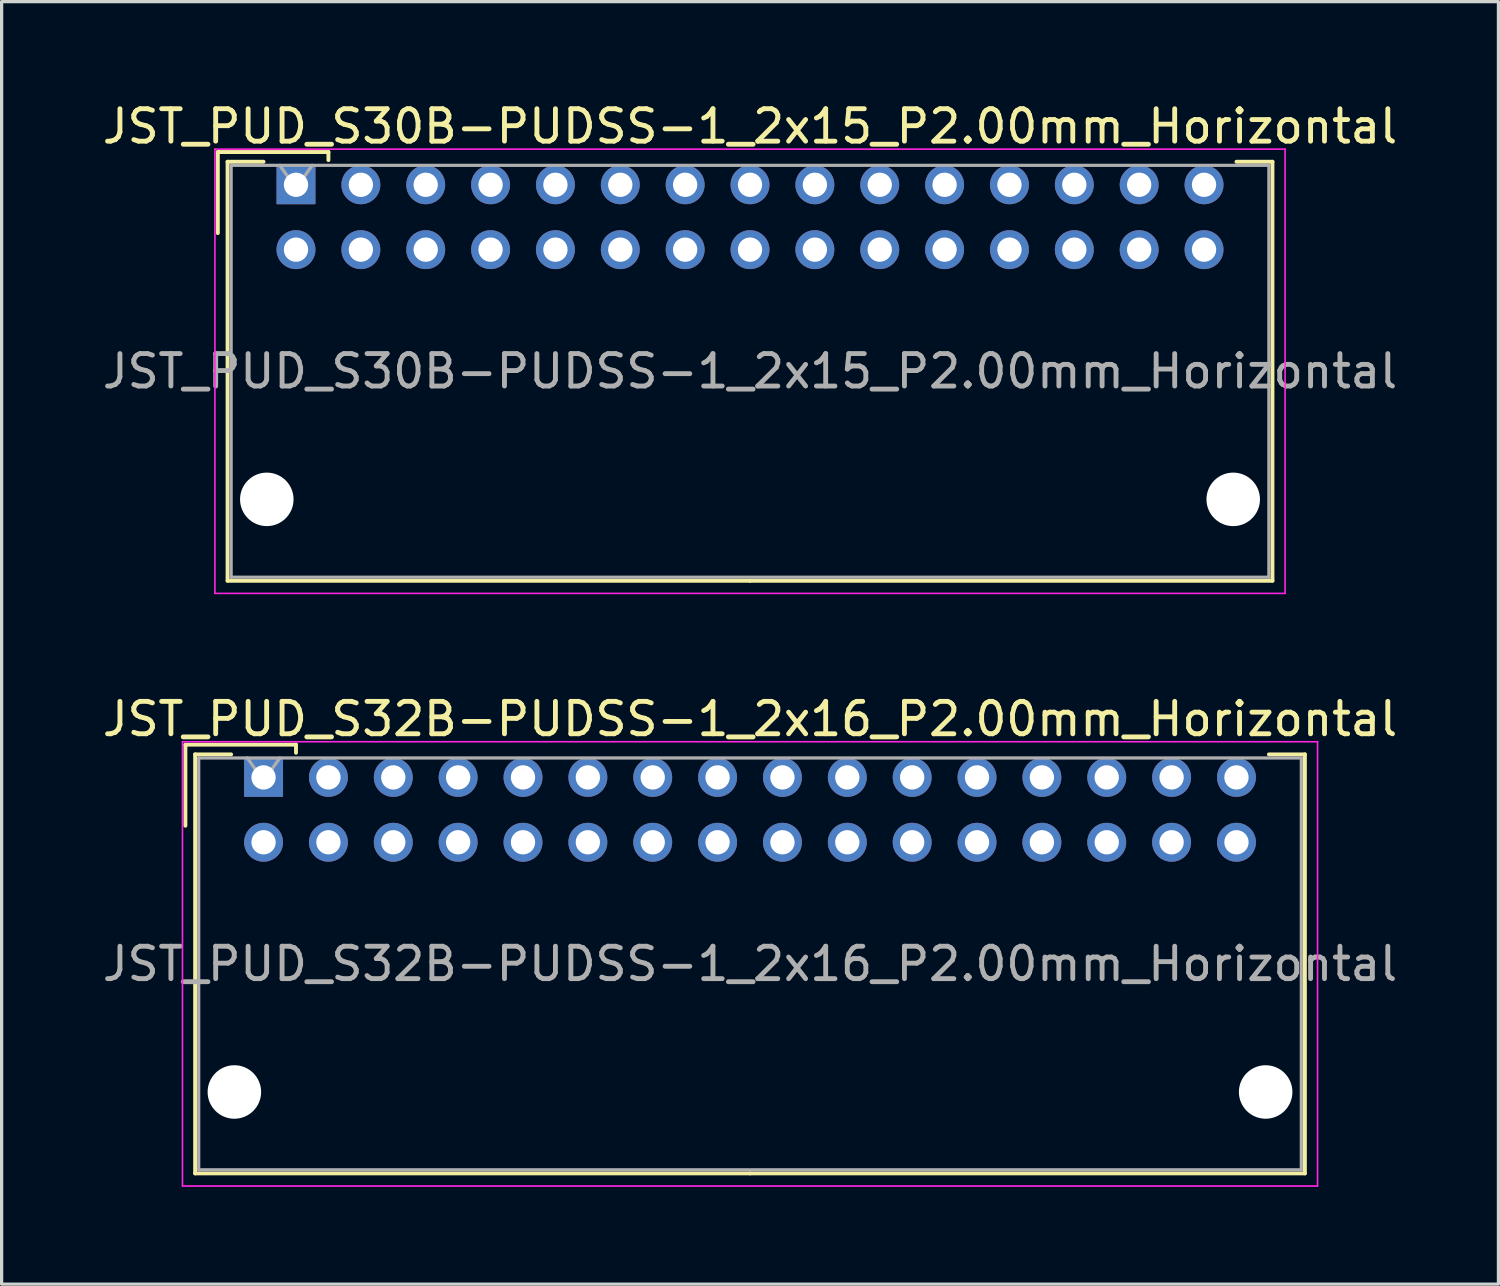
<source format=kicad_pcb>
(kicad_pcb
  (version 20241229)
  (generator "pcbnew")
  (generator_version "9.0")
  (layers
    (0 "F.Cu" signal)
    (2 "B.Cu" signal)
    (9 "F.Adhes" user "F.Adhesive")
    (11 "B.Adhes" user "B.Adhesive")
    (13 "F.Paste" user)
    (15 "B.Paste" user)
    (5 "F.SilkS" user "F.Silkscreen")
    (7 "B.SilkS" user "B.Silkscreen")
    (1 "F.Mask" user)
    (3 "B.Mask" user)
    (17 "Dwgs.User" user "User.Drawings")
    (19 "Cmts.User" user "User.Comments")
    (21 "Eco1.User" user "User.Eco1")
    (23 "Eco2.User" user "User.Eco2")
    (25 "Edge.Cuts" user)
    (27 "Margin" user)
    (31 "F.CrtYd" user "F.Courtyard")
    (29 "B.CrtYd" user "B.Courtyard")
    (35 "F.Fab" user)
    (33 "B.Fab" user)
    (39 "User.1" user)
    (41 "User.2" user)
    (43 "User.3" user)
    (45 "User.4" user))
  (footprint "JST_PUD_S32B-PUDSS-1_2x16_P2.00mm_Horizontal"
    (layer "F.Cu")
    (at 5.077 20.922)
    (property "Reference" "JST_PUD_S32B-PUDSS-1_2x16_P2.00mm_Horizontal" (at 15 -1.8 0) (layer "F.SilkS") (effects (font (size 1 1) (thickness 0.15))))
    (attr through_hole)
    (fp_line (start -2.41 -1.01) (end -2.41 1.49) (stroke (width 0.12) (type solid)) (layer "F.SilkS"))
    (fp_line (start -2.11 -0.71) (end -2.11 12.21) (stroke (width 0.12) (type solid)) (layer "F.SilkS"))
    (fp_line (start -2.11 12.21) (end 15 12.21) (stroke (width 0.12) (type solid)) (layer "F.SilkS"))
    (fp_line (start -1 -0.71) (end -2.11 -0.71) (stroke (width 0.12) (type solid)) (layer "F.SilkS"))
    (fp_line (start 1 -1.01) (end -2.41 -1.01) (stroke (width 0.12) (type solid)) (layer "F.SilkS"))
    (fp_line (start 1 -0.76) (end 1 -1.01) (stroke (width 0.12) (type solid)) (layer "F.SilkS"))
    (fp_line (start 31 -0.71) (end 32.11 -0.71) (stroke (width 0.12) (type solid)) (layer "F.SilkS"))
    (fp_line (start 32.11 -0.71) (end 32.11 12.21) (stroke (width 0.12) (type solid)) (layer "F.SilkS"))
    (fp_line (start 32.11 12.21) (end 15 12.21) (stroke (width 0.12) (type solid)) (layer "F.SilkS"))
    (fp_line (start -2.5 -1.1) (end -2.5 12.6) (stroke (width 0.05) (type solid)) (layer "F.CrtYd"))
    (fp_line (start -2.5 12.6) (end 32.5 12.6) (stroke (width 0.05) (type solid)) (layer "F.CrtYd"))
    (fp_line (start 32.5 -1.1) (end -2.5 -1.1) (stroke (width 0.05) (type solid)) (layer "F.CrtYd"))
    (fp_line (start 32.5 12.6) (end 32.5 -1.1) (stroke (width 0.05) (type solid)) (layer "F.CrtYd"))
    (fp_line (start -2 -0.6) (end -2 12.1) (stroke (width 0.1) (type solid)) (layer "F.Fab"))
    (fp_line (start -2 12.1) (end 32 12.1) (stroke (width 0.1) (type solid)) (layer "F.Fab"))
    (fp_line (start 0 0.107) (end -0.5 -0.6) (stroke (width 0.1) (type solid)) (layer "F.Fab"))
    (fp_line (start 0.5 -0.6) (end 0 0.107) (stroke (width 0.1) (type solid)) (layer "F.Fab"))
    (fp_line (start 32 -0.6) (end -2 -0.6) (stroke (width 0.1) (type solid)) (layer "F.Fab"))
    (fp_line (start 32 12.1) (end 32 -0.6) (stroke (width 0.1) (type solid)) (layer "F.Fab"))
    (fp_text user "${REFERENCE}" (at 15 5.75 0) (layer "F.Fab") (effects (font (size 1 1) (thickness 0.15))))
    (pad "" np_thru_hole circle (at -0.9 9.7) (size 1.65 1.65) (drill 1.65) (layers "*.Cu" "*.Mask"))
    (pad "" np_thru_hole circle (at 30.9 9.7) (size 1.65 1.65) (drill 1.65) (layers "*.Cu" "*.Mask"))
    (pad "1" thru_hole rect (at 0 0) (size 1.2 1.2) (drill 0.75) (layers "*.Cu" "*.Mask"))
    (pad "2" thru_hole oval (at 0 2) (size 1.2 1.2) (drill 0.75) (layers "*.Cu" "*.Mask"))
    (pad "3" thru_hole oval (at 2 0) (size 1.2 1.2) (drill 0.75) (layers "*.Cu" "*.Mask"))
    (pad "4" thru_hole oval (at 2 2) (size 1.2 1.2) (drill 0.75) (layers "*.Cu" "*.Mask"))
    (pad "5" thru_hole oval (at 4 0) (size 1.2 1.2) (drill 0.75) (layers "*.Cu" "*.Mask"))
    (pad "6" thru_hole oval (at 4 2) (size 1.2 1.2) (drill 0.75) (layers "*.Cu" "*.Mask"))
    (pad "7" thru_hole oval (at 6 0) (size 1.2 1.2) (drill 0.75) (layers "*.Cu" "*.Mask"))
    (pad "8" thru_hole oval (at 6 2) (size 1.2 1.2) (drill 0.75) (layers "*.Cu" "*.Mask"))
    (pad "9" thru_hole oval (at 8 0) (size 1.2 1.2) (drill 0.75) (layers "*.Cu" "*.Mask"))
    (pad "10" thru_hole oval (at 8 2) (size 1.2 1.2) (drill 0.75) (layers "*.Cu" "*.Mask"))
    (pad "11" thru_hole oval (at 10 0) (size 1.2 1.2) (drill 0.75) (layers "*.Cu" "*.Mask"))
    (pad "12" thru_hole oval (at 10 2) (size 1.2 1.2) (drill 0.75) (layers "*.Cu" "*.Mask"))
    (pad "13" thru_hole oval (at 12 0) (size 1.2 1.2) (drill 0.75) (layers "*.Cu" "*.Mask"))
    (pad "14" thru_hole oval (at 12 2) (size 1.2 1.2) (drill 0.75) (layers "*.Cu" "*.Mask"))
    (pad "15" thru_hole oval (at 14 0) (size 1.2 1.2) (drill 0.75) (layers "*.Cu" "*.Mask"))
    (pad "16" thru_hole oval (at 14 2) (size 1.2 1.2) (drill 0.75) (layers "*.Cu" "*.Mask"))
    (pad "17" thru_hole oval (at 16 0) (size 1.2 1.2) (drill 0.75) (layers "*.Cu" "*.Mask"))
    (pad "18" thru_hole oval (at 16 2) (size 1.2 1.2) (drill 0.75) (layers "*.Cu" "*.Mask"))
    (pad "19" thru_hole oval (at 18 0) (size 1.2 1.2) (drill 0.75) (layers "*.Cu" "*.Mask"))
    (pad "20" thru_hole oval (at 18 2) (size 1.2 1.2) (drill 0.75) (layers "*.Cu" "*.Mask"))
    (pad "21" thru_hole oval (at 20 0) (size 1.2 1.2) (drill 0.75) (layers "*.Cu" "*.Mask"))
    (pad "22" thru_hole oval (at 20 2) (size 1.2 1.2) (drill 0.75) (layers "*.Cu" "*.Mask"))
    (pad "23" thru_hole oval (at 22 0) (size 1.2 1.2) (drill 0.75) (layers "*.Cu" "*.Mask"))
    (pad "24" thru_hole oval (at 22 2) (size 1.2 1.2) (drill 0.75) (layers "*.Cu" "*.Mask"))
    (pad "25" thru_hole oval (at 24 0) (size 1.2 1.2) (drill 0.75) (layers "*.Cu" "*.Mask"))
    (pad "26" thru_hole oval (at 24 2) (size 1.2 1.2) (drill 0.75) (layers "*.Cu" "*.Mask"))
    (pad "27" thru_hole oval (at 26 0) (size 1.2 1.2) (drill 0.75) (layers "*.Cu" "*.Mask"))
    (pad "28" thru_hole oval (at 26 2) (size 1.2 1.2) (drill 0.75) (layers "*.Cu" "*.Mask"))
    (pad "29" thru_hole oval (at 28 0) (size 1.2 1.2) (drill 0.75) (layers "*.Cu" "*.Mask"))
    (pad "30" thru_hole oval (at 28 2) (size 1.2 1.2) (drill 0.75) (layers "*.Cu" "*.Mask"))
    (pad "31" thru_hole oval (at 30 0) (size 1.2 1.2) (drill 0.75) (layers "*.Cu" "*.Mask"))
    (pad "32" thru_hole oval (at 30 2) (size 1.2 1.2) (drill 0.75) (layers "*.Cu" "*.Mask")))
  (footprint "JST_PUD_S30B-PUDSS-1_2x15_P2.00mm_Horizontal"
    (layer "F.Cu")
    (at 6.077 2.648)
    (property "Reference" "JST_PUD_S30B-PUDSS-1_2x15_P2.00mm_Horizontal" (at 14 -1.8 0) (layer "F.SilkS") (effects (font (size 1 1) (thickness 0.15))))
    (attr through_hole)
    (fp_line (start -2.41 -1.01) (end -2.41 1.49) (stroke (width 0.12) (type solid)) (layer "F.SilkS"))
    (fp_line (start -2.11 -0.71) (end -2.11 12.21) (stroke (width 0.12) (type solid)) (layer "F.SilkS"))
    (fp_line (start -2.11 12.21) (end 14 12.21) (stroke (width 0.12) (type solid)) (layer "F.SilkS"))
    (fp_line (start -1 -0.71) (end -2.11 -0.71) (stroke (width 0.12) (type solid)) (layer "F.SilkS"))
    (fp_line (start 1 -1.01) (end -2.41 -1.01) (stroke (width 0.12) (type solid)) (layer "F.SilkS"))
    (fp_line (start 1 -0.76) (end 1 -1.01) (stroke (width 0.12) (type solid)) (layer "F.SilkS"))
    (fp_line (start 29 -0.71) (end 30.11 -0.71) (stroke (width 0.12) (type solid)) (layer "F.SilkS"))
    (fp_line (start 30.11 -0.71) (end 30.11 12.21) (stroke (width 0.12) (type solid)) (layer "F.SilkS"))
    (fp_line (start 30.11 12.21) (end 14 12.21) (stroke (width 0.12) (type solid)) (layer "F.SilkS"))
    (fp_line (start -2.5 -1.1) (end -2.5 12.6) (stroke (width 0.05) (type solid)) (layer "F.CrtYd"))
    (fp_line (start -2.5 12.6) (end 30.5 12.6) (stroke (width 0.05) (type solid)) (layer "F.CrtYd"))
    (fp_line (start 30.5 -1.1) (end -2.5 -1.1) (stroke (width 0.05) (type solid)) (layer "F.CrtYd"))
    (fp_line (start 30.5 12.6) (end 30.5 -1.1) (stroke (width 0.05) (type solid)) (layer "F.CrtYd"))
    (fp_line (start -2 -0.6) (end -2 12.1) (stroke (width 0.1) (type solid)) (layer "F.Fab"))
    (fp_line (start -2 12.1) (end 30 12.1) (stroke (width 0.1) (type solid)) (layer "F.Fab"))
    (fp_line (start 0 0.107) (end -0.5 -0.6) (stroke (width 0.1) (type solid)) (layer "F.Fab"))
    (fp_line (start 0.5 -0.6) (end 0 0.107) (stroke (width 0.1) (type solid)) (layer "F.Fab"))
    (fp_line (start 30 -0.6) (end -2 -0.6) (stroke (width 0.1) (type solid)) (layer "F.Fab"))
    (fp_line (start 30 12.1) (end 30 -0.6) (stroke (width 0.1) (type solid)) (layer "F.Fab"))
    (fp_text user "${REFERENCE}" (at 14 5.75 0) (layer "F.Fab") (effects (font (size 1 1) (thickness 0.15))))
    (pad "" np_thru_hole circle (at -0.9 9.7) (size 1.65 1.65) (drill 1.65) (layers "*.Cu" "*.Mask"))
    (pad "" np_thru_hole circle (at 28.9 9.7) (size 1.65 1.65) (drill 1.65) (layers "*.Cu" "*.Mask"))
    (pad "1" thru_hole rect (at 0 0) (size 1.2 1.2) (drill 0.75) (layers "*.Cu" "*.Mask"))
    (pad "2" thru_hole oval (at 0 2) (size 1.2 1.2) (drill 0.75) (layers "*.Cu" "*.Mask"))
    (pad "3" thru_hole oval (at 2 0) (size 1.2 1.2) (drill 0.75) (layers "*.Cu" "*.Mask"))
    (pad "4" thru_hole oval (at 2 2) (size 1.2 1.2) (drill 0.75) (layers "*.Cu" "*.Mask"))
    (pad "5" thru_hole oval (at 4 0) (size 1.2 1.2) (drill 0.75) (layers "*.Cu" "*.Mask"))
    (pad "6" thru_hole oval (at 4 2) (size 1.2 1.2) (drill 0.75) (layers "*.Cu" "*.Mask"))
    (pad "7" thru_hole oval (at 6 0) (size 1.2 1.2) (drill 0.75) (layers "*.Cu" "*.Mask"))
    (pad "8" thru_hole oval (at 6 2) (size 1.2 1.2) (drill 0.75) (layers "*.Cu" "*.Mask"))
    (pad "9" thru_hole oval (at 8 0) (size 1.2 1.2) (drill 0.75) (layers "*.Cu" "*.Mask"))
    (pad "10" thru_hole oval (at 8 2) (size 1.2 1.2) (drill 0.75) (layers "*.Cu" "*.Mask"))
    (pad "11" thru_hole oval (at 10 0) (size 1.2 1.2) (drill 0.75) (layers "*.Cu" "*.Mask"))
    (pad "12" thru_hole oval (at 10 2) (size 1.2 1.2) (drill 0.75) (layers "*.Cu" "*.Mask"))
    (pad "13" thru_hole oval (at 12 0) (size 1.2 1.2) (drill 0.75) (layers "*.Cu" "*.Mask"))
    (pad "14" thru_hole oval (at 12 2) (size 1.2 1.2) (drill 0.75) (layers "*.Cu" "*.Mask"))
    (pad "15" thru_hole oval (at 14 0) (size 1.2 1.2) (drill 0.75) (layers "*.Cu" "*.Mask"))
    (pad "16" thru_hole oval (at 14 2) (size 1.2 1.2) (drill 0.75) (layers "*.Cu" "*.Mask"))
    (pad "17" thru_hole oval (at 16 0) (size 1.2 1.2) (drill 0.75) (layers "*.Cu" "*.Mask"))
    (pad "18" thru_hole oval (at 16 2) (size 1.2 1.2) (drill 0.75) (layers "*.Cu" "*.Mask"))
    (pad "19" thru_hole oval (at 18 0) (size 1.2 1.2) (drill 0.75) (layers "*.Cu" "*.Mask"))
    (pad "20" thru_hole oval (at 18 2) (size 1.2 1.2) (drill 0.75) (layers "*.Cu" "*.Mask"))
    (pad "21" thru_hole oval (at 20 0) (size 1.2 1.2) (drill 0.75) (layers "*.Cu" "*.Mask"))
    (pad "22" thru_hole oval (at 20 2) (size 1.2 1.2) (drill 0.75) (layers "*.Cu" "*.Mask"))
    (pad "23" thru_hole oval (at 22 0) (size 1.2 1.2) (drill 0.75) (layers "*.Cu" "*.Mask"))
    (pad "24" thru_hole oval (at 22 2) (size 1.2 1.2) (drill 0.75) (layers "*.Cu" "*.Mask"))
    (pad "25" thru_hole oval (at 24 0) (size 1.2 1.2) (drill 0.75) (layers "*.Cu" "*.Mask"))
    (pad "26" thru_hole oval (at 24 2) (size 1.2 1.2) (drill 0.75) (layers "*.Cu" "*.Mask"))
    (pad "27" thru_hole oval (at 26 0) (size 1.2 1.2) (drill 0.75) (layers "*.Cu" "*.Mask"))
    (pad "28" thru_hole oval (at 26 2) (size 1.2 1.2) (drill 0.75) (layers "*.Cu" "*.Mask"))
    (pad "29" thru_hole oval (at 28 0) (size 1.2 1.2) (drill 0.75) (layers "*.Cu" "*.Mask"))
    (pad "30" thru_hole oval (at 28 2) (size 1.2 1.2) (drill 0.75) (layers "*.Cu" "*.Mask")))
  (gr_rect
    (start -3 -3)
    (end 43.155 36.547)
    (stroke (width 0.1) (type default))
    (fill no)
    (layer "Edge.Cuts")))
</source>
